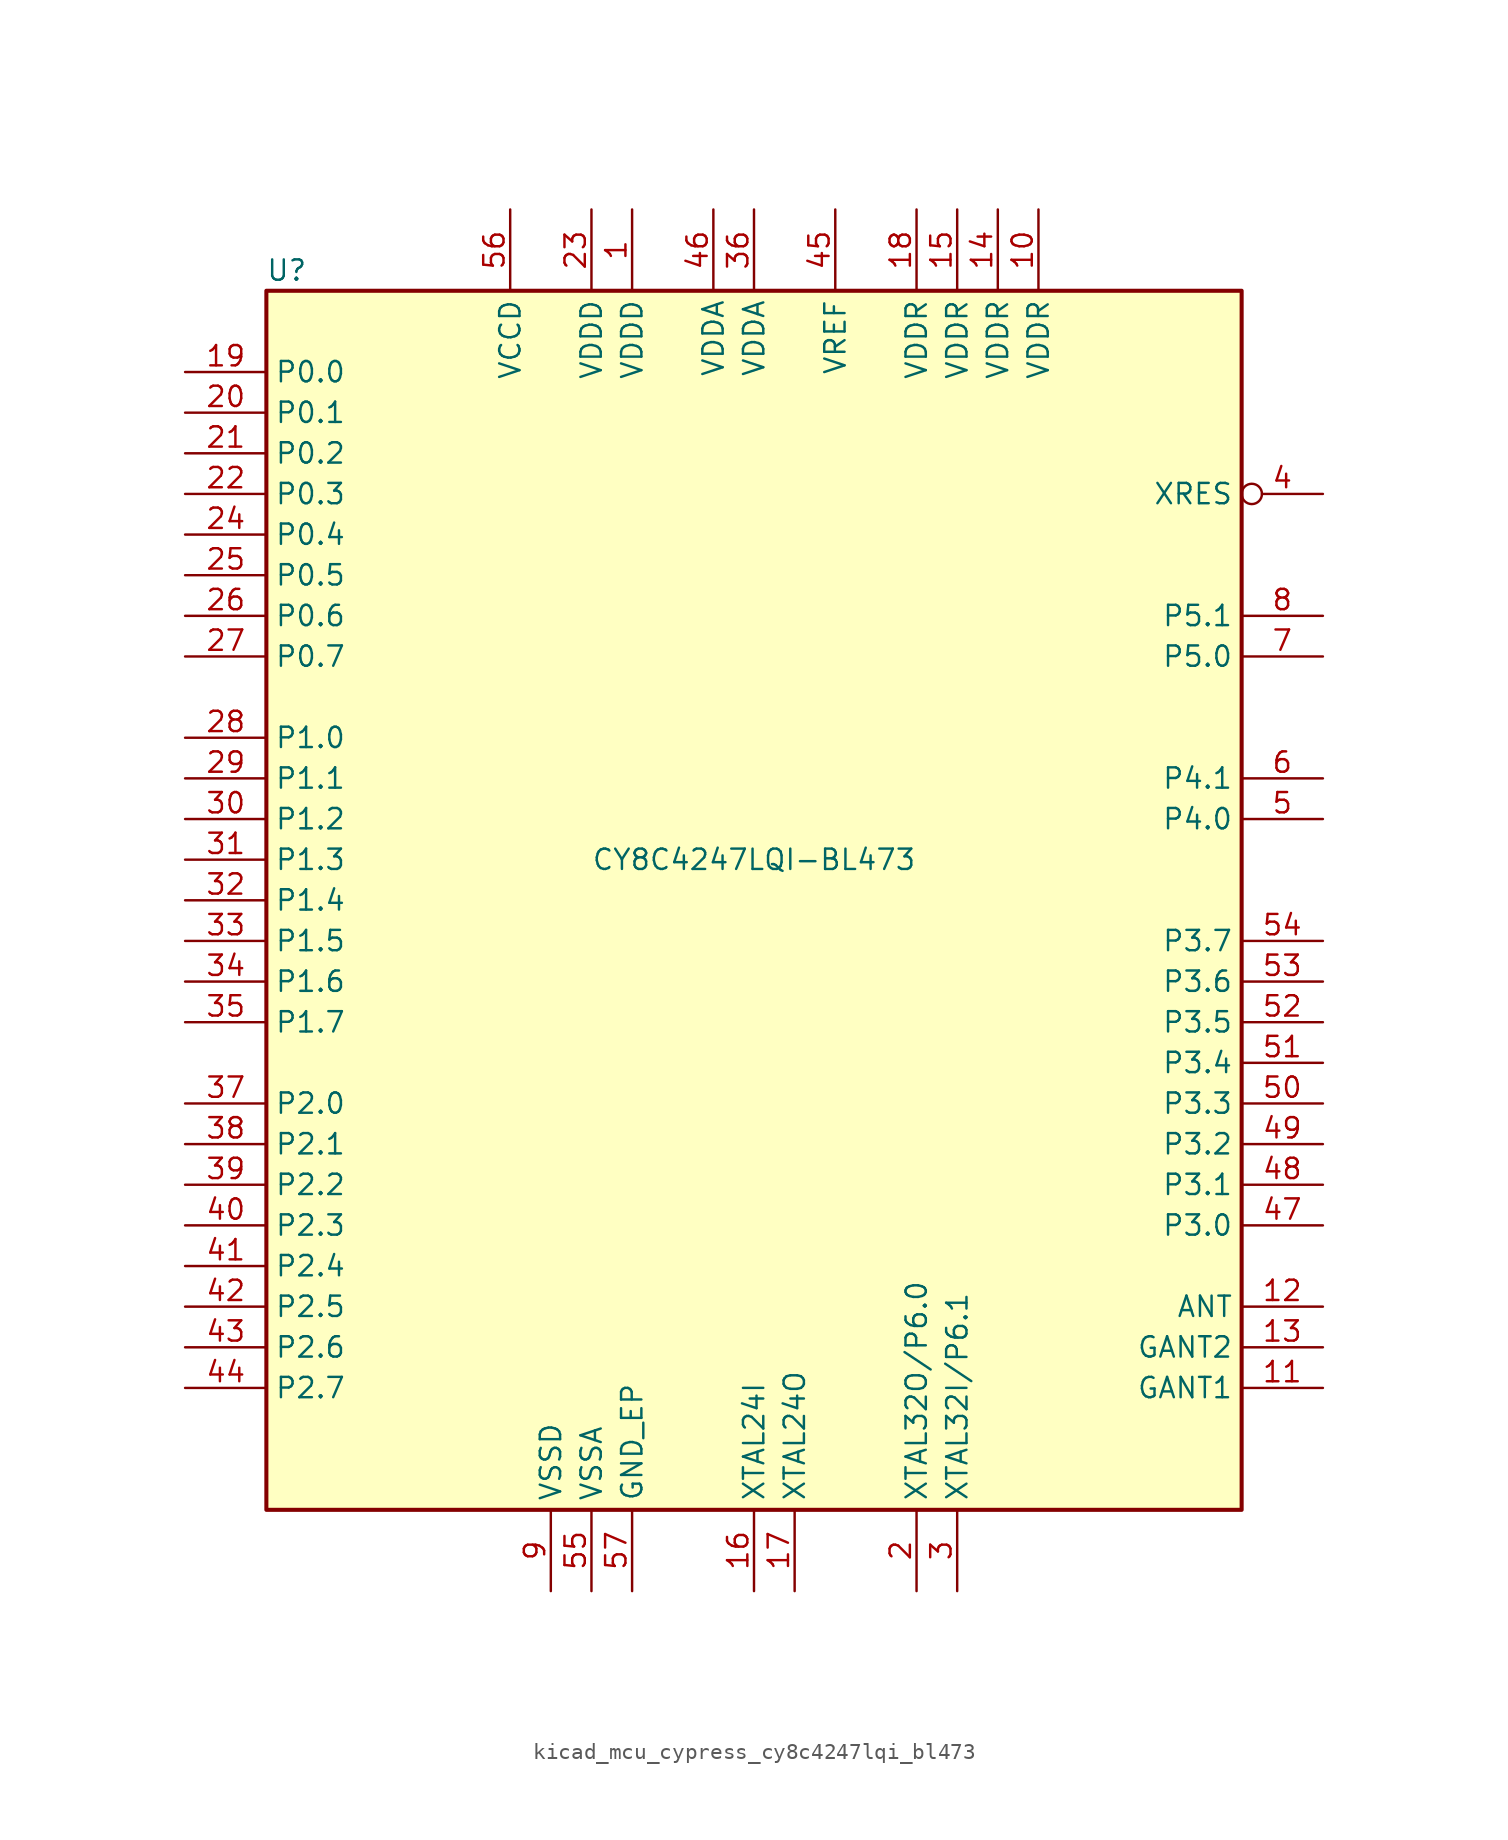
<source format=kicad_sym>
(kicad_symbol_lib
  (version 20220914)
  (generator kicad_symbol_editor)
  (symbol "kicad_mcu_cypress_cy8c4247lqi_bl473"
    (property "Reference" "U"
      (at -29.21 39.37 0)
      (effects (font (size 1.27 1.27))))
    (property "Value" "CY8C4247LQI-BL473"
      (at 0 2.54 0)
      (effects (font (size 1.27 1.27))))
    (symbol "kicad_mcu_cypress_cy8c4247lqi_bl473_1_0"
      (rectangle (start -30.48 -38.1) (end 30.48 38.1) (stroke (width 0.254) (type default)) (fill (type background))))
    (symbol "kicad_mcu_cypress_cy8c4247lqi_bl473_1_1"
      (pin power_in line (at -7.62 43.18 270) (length 5.08) (name "VDDD" (effects (font (size 1.27 1.27)))) (number "1" (effects (font (size 1.27 1.27)))))
      (pin power_in line (at 17.78 43.18 270) (length 5.08) (name "VDDR" (effects (font (size 1.27 1.27)))) (number "10" (effects (font (size 1.27 1.27)))))
      (pin power_in line (at 35.56 -30.48 180) (length 5.08) (name "GANT1" (effects (font (size 1.27 1.27)))) (number "11" (effects (font (size 1.27 1.27)))))
      (pin output line (at 35.56 -25.4 180) (length 5.08) (name "ANT" (effects (font (size 1.27 1.27)))) (number "12" (effects (font (size 1.27 1.27)))))
      (pin power_in line (at 35.56 -27.94 180) (length 5.08) (name "GANT2" (effects (font (size 1.27 1.27)))) (number "13" (effects (font (size 1.27 1.27)))))
      (pin power_in line (at 15.24 43.18 270) (length 5.08) (name "VDDR" (effects (font (size 1.27 1.27)))) (number "14" (effects (font (size 1.27 1.27)))))
      (pin power_in line (at 12.7 43.18 270) (length 5.08) (name "VDDR" (effects (font (size 1.27 1.27)))) (number "15" (effects (font (size 1.27 1.27)))))
      (pin input line (at 0 -43.18 90) (length 5.08) (name "XTAL24I" (effects (font (size 1.27 1.27)))) (number "16" (effects (font (size 1.27 1.27)))))
      (pin output line (at 2.54 -43.18 90) (length 5.08) (name "XTAL24O" (effects (font (size 1.27 1.27)))) (number "17" (effects (font (size 1.27 1.27)))))
      (pin power_in line (at 10.16 43.18 270) (length 5.08) (name "VDDR" (effects (font (size 1.27 1.27)))) (number "18" (effects (font (size 1.27 1.27)))))
      (pin bidirectional line (at -35.56 33.02 0) (length 5.08) (name "P0.0" (effects (font (size 1.27 1.27)))) (number "19" (effects (font (size 1.27 1.27)))))
      (pin bidirectional line (at 10.16 -43.18 90) (length 5.08) (name "XTAL32O/P6.0" (effects (font (size 1.27 1.27)))) (number "2" (effects (font (size 1.27 1.27)))))
      (pin bidirectional line (at -35.56 30.48 0) (length 5.08) (name "P0.1" (effects (font (size 1.27 1.27)))) (number "20" (effects (font (size 1.27 1.27)))))
      (pin bidirectional line (at -35.56 27.94 0) (length 5.08) (name "P0.2" (effects (font (size 1.27 1.27)))) (number "21" (effects (font (size 1.27 1.27)))))
      (pin bidirectional line (at -35.56 25.4 0) (length 5.08) (name "P0.3" (effects (font (size 1.27 1.27)))) (number "22" (effects (font (size 1.27 1.27)))))
      (pin power_in line (at -10.16 43.18 270) (length 5.08) (name "VDDD" (effects (font (size 1.27 1.27)))) (number "23" (effects (font (size 1.27 1.27)))))
      (pin bidirectional line (at -35.56 22.86 0) (length 5.08) (name "P0.4" (effects (font (size 1.27 1.27)))) (number "24" (effects (font (size 1.27 1.27)))))
      (pin bidirectional line (at -35.56 20.32 0) (length 5.08) (name "P0.5" (effects (font (size 1.27 1.27)))) (number "25" (effects (font (size 1.27 1.27)))))
      (pin bidirectional line (at -35.56 17.78 0) (length 5.08) (name "P0.6" (effects (font (size 1.27 1.27)))) (number "26" (effects (font (size 1.27 1.27)))))
      (pin bidirectional line (at -35.56 15.24 0) (length 5.08) (name "P0.7" (effects (font (size 1.27 1.27)))) (number "27" (effects (font (size 1.27 1.27)))))
      (pin bidirectional line (at -35.56 10.16 0) (length 5.08) (name "P1.0" (effects (font (size 1.27 1.27)))) (number "28" (effects (font (size 1.27 1.27)))))
      (pin bidirectional line (at -35.56 7.62 0) (length 5.08) (name "P1.1" (effects (font (size 1.27 1.27)))) (number "29" (effects (font (size 1.27 1.27)))))
      (pin bidirectional line (at 12.7 -43.18 90) (length 5.08) (name "XTAL32I/P6.1" (effects (font (size 1.27 1.27)))) (number "3" (effects (font (size 1.27 1.27)))))
      (pin bidirectional line (at -35.56 5.08 0) (length 5.08) (name "P1.2" (effects (font (size 1.27 1.27)))) (number "30" (effects (font (size 1.27 1.27)))))
      (pin bidirectional line (at -35.56 2.54 0) (length 5.08) (name "P1.3" (effects (font (size 1.27 1.27)))) (number "31" (effects (font (size 1.27 1.27)))))
      (pin bidirectional line (at -35.56 0 0) (length 5.08) (name "P1.4" (effects (font (size 1.27 1.27)))) (number "32" (effects (font (size 1.27 1.27)))))
      (pin bidirectional line (at -35.56 -2.54 0) (length 5.08) (name "P1.5" (effects (font (size 1.27 1.27)))) (number "33" (effects (font (size 1.27 1.27)))))
      (pin bidirectional line (at -35.56 -5.08 0) (length 5.08) (name "P1.6" (effects (font (size 1.27 1.27)))) (number "34" (effects (font (size 1.27 1.27)))))
      (pin bidirectional line (at -35.56 -7.62 0) (length 5.08) (name "P1.7" (effects (font (size 1.27 1.27)))) (number "35" (effects (font (size 1.27 1.27)))))
      (pin power_in line (at 0 43.18 270) (length 5.08) (name "VDDA" (effects (font (size 1.27 1.27)))) (number "36" (effects (font (size 1.27 1.27)))))
      (pin bidirectional line (at -35.56 -12.7 0) (length 5.08) (name "P2.0" (effects (font (size 1.27 1.27)))) (number "37" (effects (font (size 1.27 1.27)))))
      (pin bidirectional line (at -35.56 -15.24 0) (length 5.08) (name "P2.1" (effects (font (size 1.27 1.27)))) (number "38" (effects (font (size 1.27 1.27)))))
      (pin bidirectional line (at -35.56 -17.78 0) (length 5.08) (name "P2.2" (effects (font (size 1.27 1.27)))) (number "39" (effects (font (size 1.27 1.27)))))
      (pin input inverted (at 35.56 25.4 180) (length 5.08) (name "XRES" (effects (font (size 1.27 1.27)))) (number "4" (effects (font (size 1.27 1.27)))))
      (pin bidirectional line (at -35.56 -20.32 0) (length 5.08) (name "P2.3" (effects (font (size 1.27 1.27)))) (number "40" (effects (font (size 1.27 1.27)))))
      (pin bidirectional line (at -35.56 -22.86 0) (length 5.08) (name "P2.4" (effects (font (size 1.27 1.27)))) (number "41" (effects (font (size 1.27 1.27)))))
      (pin bidirectional line (at -35.56 -25.4 0) (length 5.08) (name "P2.5" (effects (font (size 1.27 1.27)))) (number "42" (effects (font (size 1.27 1.27)))))
      (pin bidirectional line (at -35.56 -27.94 0) (length 5.08) (name "P2.6" (effects (font (size 1.27 1.27)))) (number "43" (effects (font (size 1.27 1.27)))))
      (pin bidirectional line (at -35.56 -30.48 0) (length 5.08) (name "P2.7" (effects (font (size 1.27 1.27)))) (number "44" (effects (font (size 1.27 1.27)))))
      (pin passive line (at 5.08 43.18 270) (length 5.08) (name "VREF" (effects (font (size 1.27 1.27)))) (number "45" (effects (font (size 1.27 1.27)))))
      (pin power_in line (at -2.54 43.18 270) (length 5.08) (name "VDDA" (effects (font (size 1.27 1.27)))) (number "46" (effects (font (size 1.27 1.27)))))
      (pin bidirectional line (at 35.56 -20.32 180) (length 5.08) (name "P3.0" (effects (font (size 1.27 1.27)))) (number "47" (effects (font (size 1.27 1.27)))))
      (pin bidirectional line (at 35.56 -17.78 180) (length 5.08) (name "P3.1" (effects (font (size 1.27 1.27)))) (number "48" (effects (font (size 1.27 1.27)))))
      (pin bidirectional line (at 35.56 -15.24 180) (length 5.08) (name "P3.2" (effects (font (size 1.27 1.27)))) (number "49" (effects (font (size 1.27 1.27)))))
      (pin bidirectional line (at 35.56 5.08 180) (length 5.08) (name "P4.0" (effects (font (size 1.27 1.27)))) (number "5" (effects (font (size 1.27 1.27)))))
      (pin bidirectional line (at 35.56 -12.7 180) (length 5.08) (name "P3.3" (effects (font (size 1.27 1.27)))) (number "50" (effects (font (size 1.27 1.27)))))
      (pin bidirectional line (at 35.56 -10.16 180) (length 5.08) (name "P3.4" (effects (font (size 1.27 1.27)))) (number "51" (effects (font (size 1.27 1.27)))))
      (pin bidirectional line (at 35.56 -7.62 180) (length 5.08) (name "P3.5" (effects (font (size 1.27 1.27)))) (number "52" (effects (font (size 1.27 1.27)))))
      (pin bidirectional line (at 35.56 -5.08 180) (length 5.08) (name "P3.6" (effects (font (size 1.27 1.27)))) (number "53" (effects (font (size 1.27 1.27)))))
      (pin bidirectional line (at 35.56 -2.54 180) (length 5.08) (name "P3.7" (effects (font (size 1.27 1.27)))) (number "54" (effects (font (size 1.27 1.27)))))
      (pin power_in line (at -10.16 -43.18 90) (length 5.08) (name "VSSA" (effects (font (size 1.27 1.27)))) (number "55" (effects (font (size 1.27 1.27)))))
      (pin power_out line (at -15.24 43.18 270) (length 5.08) (name "VCCD" (effects (font (size 1.27 1.27)))) (number "56" (effects (font (size 1.27 1.27)))))
      (pin power_in line (at -7.62 -43.18 90) (length 5.08) (name "GND_EP" (effects (font (size 1.27 1.27)))) (number "57" (effects (font (size 1.27 1.27)))))
      (pin bidirectional line (at 35.56 7.62 180) (length 5.08) (name "P4.1" (effects (font (size 1.27 1.27)))) (number "6" (effects (font (size 1.27 1.27)))))
      (pin bidirectional line (at 35.56 15.24 180) (length 5.08) (name "P5.0" (effects (font (size 1.27 1.27)))) (number "7" (effects (font (size 1.27 1.27)))))
      (pin bidirectional line (at 35.56 17.78 180) (length 5.08) (name "P5.1" (effects (font (size 1.27 1.27)))) (number "8" (effects (font (size 1.27 1.27)))))
      (pin power_in line (at -12.7 -43.18 90) (length 5.08) (name "VSSD" (effects (font (size 1.27 1.27)))) (number "9" (effects (font (size 1.27 1.27))))))))
</source>
